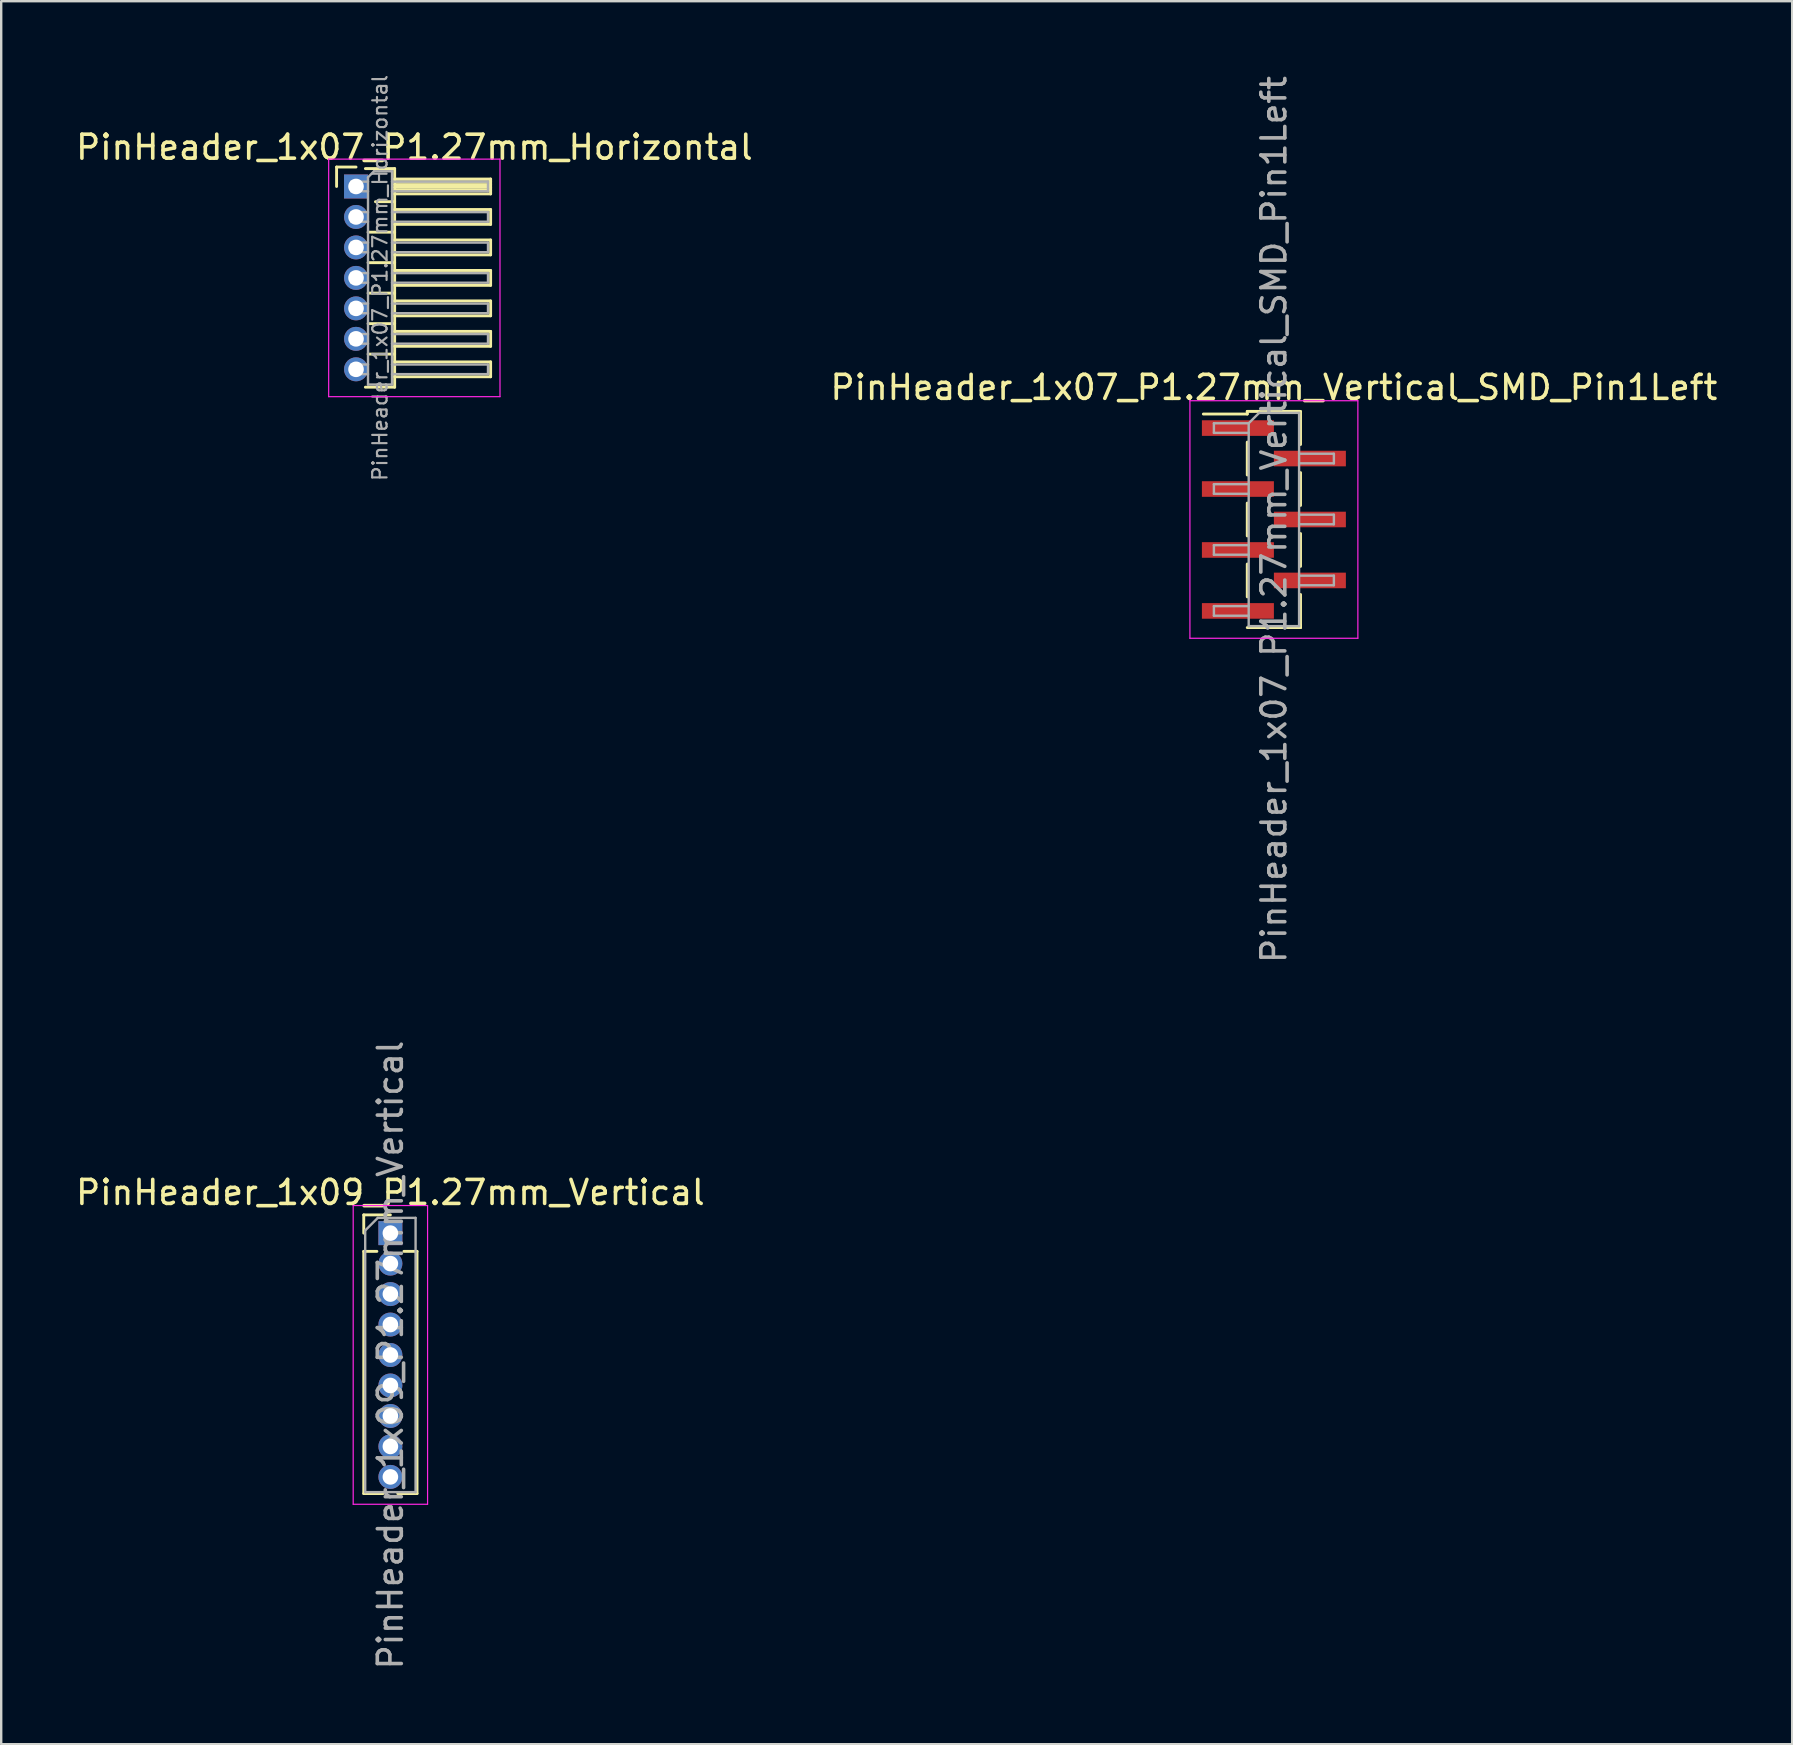
<source format=kicad_pcb>
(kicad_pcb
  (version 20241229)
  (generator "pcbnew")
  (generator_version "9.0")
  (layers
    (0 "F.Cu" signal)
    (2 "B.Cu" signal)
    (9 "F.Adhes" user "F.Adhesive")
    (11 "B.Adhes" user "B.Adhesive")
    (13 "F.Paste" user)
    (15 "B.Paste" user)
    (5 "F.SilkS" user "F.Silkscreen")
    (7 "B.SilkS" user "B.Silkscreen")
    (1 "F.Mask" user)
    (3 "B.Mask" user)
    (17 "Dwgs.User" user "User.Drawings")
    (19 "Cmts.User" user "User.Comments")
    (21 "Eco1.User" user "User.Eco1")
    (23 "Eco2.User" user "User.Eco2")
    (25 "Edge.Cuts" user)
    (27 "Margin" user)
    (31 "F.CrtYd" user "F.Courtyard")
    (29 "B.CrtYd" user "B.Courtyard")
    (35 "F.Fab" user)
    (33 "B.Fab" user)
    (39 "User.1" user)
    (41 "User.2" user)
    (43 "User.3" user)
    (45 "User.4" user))
  (footprint "PinHeader_1x09_P1.27mm_Vertical"
    (layer "F.Cu")
    (at 13.22 48.343)
    (property "Reference" "PinHeader_1x09_P1.27mm_Vertical" (at 0 -1.695 0) (layer "F.SilkS") (effects (font (size 1 1) (thickness 0.15))))
    (attr through_hole)
    (fp_line (start -1.11 -0.76) (end 0 -0.76) (stroke (width 0.12) (type solid)) (layer "F.SilkS"))
    (fp_line (start -1.11 0) (end -1.11 -0.76) (stroke (width 0.12) (type solid)) (layer "F.SilkS"))
    (fp_line (start -1.11 0.76) (end -1.11 10.855) (stroke (width 0.12) (type solid)) (layer "F.SilkS"))
    (fp_line (start -1.11 0.76) (end -0.563 0.76) (stroke (width 0.12) (type solid)) (layer "F.SilkS"))
    (fp_line (start -1.11 10.855) (end -0.308 10.855) (stroke (width 0.12) (type solid)) (layer "F.SilkS"))
    (fp_line (start 0.308 10.855) (end 1.11 10.855) (stroke (width 0.12) (type solid)) (layer "F.SilkS"))
    (fp_line (start 0.563 0.76) (end 1.11 0.76) (stroke (width 0.12) (type solid)) (layer "F.SilkS"))
    (fp_line (start 1.11 0.76) (end 1.11 10.855) (stroke (width 0.12) (type solid)) (layer "F.SilkS"))
    (fp_line (start -1.55 -1.15) (end -1.55 11.3) (stroke (width 0.05) (type solid)) (layer "F.CrtYd"))
    (fp_line (start -1.55 11.3) (end 1.55 11.3) (stroke (width 0.05) (type solid)) (layer "F.CrtYd"))
    (fp_line (start 1.55 -1.15) (end -1.55 -1.15) (stroke (width 0.05) (type solid)) (layer "F.CrtYd"))
    (fp_line (start 1.55 11.3) (end 1.55 -1.15) (stroke (width 0.05) (type solid)) (layer "F.CrtYd"))
    (fp_line (start -1.05 -0.11) (end -0.525 -0.635) (stroke (width 0.1) (type solid)) (layer "F.Fab"))
    (fp_line (start -1.05 10.795) (end -1.05 -0.11) (stroke (width 0.1) (type solid)) (layer "F.Fab"))
    (fp_line (start -0.525 -0.635) (end 1.05 -0.635) (stroke (width 0.1) (type solid)) (layer "F.Fab"))
    (fp_line (start 1.05 -0.635) (end 1.05 10.795) (stroke (width 0.1) (type solid)) (layer "F.Fab"))
    (fp_line (start 1.05 10.795) (end -1.05 10.795) (stroke (width 0.1) (type solid)) (layer "F.Fab"))
    (fp_text user "${REFERENCE}" (at 0 5.08 90) (layer "F.Fab") (effects (font (size 1 1) (thickness 0.15))))
    (pad "1" thru_hole rect (at 0 0) (size 1 1) (drill 0.65) (layers "*.Cu" "*.Mask"))
    (pad "2" thru_hole oval (at 0 1.27) (size 1 1) (drill 0.65) (layers "*.Cu" "*.Mask"))
    (pad "3" thru_hole oval (at 0 2.54) (size 1 1) (drill 0.65) (layers "*.Cu" "*.Mask"))
    (pad "4" thru_hole oval (at 0 3.81) (size 1 1) (drill 0.65) (layers "*.Cu" "*.Mask"))
    (pad "5" thru_hole oval (at 0 5.08) (size 1 1) (drill 0.65) (layers "*.Cu" "*.Mask"))
    (pad "6" thru_hole oval (at 0 6.35) (size 1 1) (drill 0.65) (layers "*.Cu" "*.Mask"))
    (pad "7" thru_hole oval (at 0 7.62) (size 1 1) (drill 0.65) (layers "*.Cu" "*.Mask"))
    (pad "8" thru_hole oval (at 0 8.89) (size 1 1) (drill 0.65) (layers "*.Cu" "*.Mask"))
    (pad "9" thru_hole oval (at 0 10.16) (size 1 1) (drill 0.65) (layers "*.Cu" "*.Mask")))
  (footprint "PinHeader_1x07_P1.27mm_Vertical_SMD_Pin1Left"
    (layer "F.Cu")
    (at 50.042 18.601)
    (property "Reference" "PinHeader_1x07_P1.27mm_Vertical_SMD_Pin1Left" (at 0 -5.505 0) (layer "F.SilkS") (effects (font (size 1 1) (thickness 0.15))))
    (attr smd)
    (fp_line (start -1.11 -4.505) (end -1.11 -4.395) (stroke (width 0.12) (type solid)) (layer "F.SilkS"))
    (fp_line (start -1.11 -4.505) (end 1.11 -4.505) (stroke (width 0.12) (type solid)) (layer "F.SilkS"))
    (fp_line (start -1.11 -4.395) (end -2.94 -4.395) (stroke (width 0.12) (type solid)) (layer "F.SilkS"))
    (fp_line (start -1.11 -3.225) (end -1.11 -1.855) (stroke (width 0.12) (type solid)) (layer "F.SilkS"))
    (fp_line (start -1.11 -0.685) (end -1.11 0.685) (stroke (width 0.12) (type solid)) (layer "F.SilkS"))
    (fp_line (start -1.11 1.855) (end -1.11 3.225) (stroke (width 0.12) (type solid)) (layer "F.SilkS"))
    (fp_line (start -1.11 4.505) (end 1.11 4.505) (stroke (width 0.12) (type solid)) (layer "F.SilkS"))
    (fp_line (start 1.11 -4.495) (end 1.11 -3.125) (stroke (width 0.12) (type solid)) (layer "F.SilkS"))
    (fp_line (start 1.11 -1.955) (end 1.11 -0.585) (stroke (width 0.12) (type solid)) (layer "F.SilkS"))
    (fp_line (start 1.11 0.585) (end 1.11 1.955) (stroke (width 0.12) (type solid)) (layer "F.SilkS"))
    (fp_line (start 1.11 3.125) (end 1.11 4.495) (stroke (width 0.12) (type solid)) (layer "F.SilkS"))
    (fp_line (start 1.11 4.395) (end 1.11 4.505) (stroke (width 0.12) (type solid)) (layer "F.SilkS"))
    (fp_line (start -3.5 -4.95) (end -3.5 4.95) (stroke (width 0.05) (type solid)) (layer "F.CrtYd"))
    (fp_line (start -3.5 4.95) (end 3.5 4.95) (stroke (width 0.05) (type solid)) (layer "F.CrtYd"))
    (fp_line (start 3.5 -4.95) (end -3.5 -4.95) (stroke (width 0.05) (type solid)) (layer "F.CrtYd"))
    (fp_line (start 3.5 4.95) (end 3.5 -4.95) (stroke (width 0.05) (type solid)) (layer "F.CrtYd"))
    (fp_line (start -2.5 -4.01) (end -2.5 -3.61) (stroke (width 0.1) (type solid)) (layer "F.Fab"))
    (fp_line (start -2.5 -3.61) (end -1.05 -3.61) (stroke (width 0.1) (type solid)) (layer "F.Fab"))
    (fp_line (start -2.5 -1.47) (end -2.5 -1.07) (stroke (width 0.1) (type solid)) (layer "F.Fab"))
    (fp_line (start -2.5 -1.07) (end -1.05 -1.07) (stroke (width 0.1) (type solid)) (layer "F.Fab"))
    (fp_line (start -2.5 1.07) (end -2.5 1.47) (stroke (width 0.1) (type solid)) (layer "F.Fab"))
    (fp_line (start -2.5 1.47) (end -1.05 1.47) (stroke (width 0.1) (type solid)) (layer "F.Fab"))
    (fp_line (start -2.5 3.61) (end -2.5 4.01) (stroke (width 0.1) (type solid)) (layer "F.Fab"))
    (fp_line (start -2.5 4.01) (end -1.05 4.01) (stroke (width 0.1) (type solid)) (layer "F.Fab"))
    (fp_line (start -1.05 -4.01) (end -2.5 -4.01) (stroke (width 0.1) (type solid)) (layer "F.Fab"))
    (fp_line (start -1.05 -4.01) (end -0.615 -4.445) (stroke (width 0.1) (type solid)) (layer "F.Fab"))
    (fp_line (start -1.05 -1.47) (end -2.5 -1.47) (stroke (width 0.1) (type solid)) (layer "F.Fab"))
    (fp_line (start -1.05 1.07) (end -2.5 1.07) (stroke (width 0.1) (type solid)) (layer "F.Fab"))
    (fp_line (start -1.05 3.61) (end -2.5 3.61) (stroke (width 0.1) (type solid)) (layer "F.Fab"))
    (fp_line (start -1.05 4.445) (end -1.05 -4.01) (stroke (width 0.1) (type solid)) (layer "F.Fab"))
    (fp_line (start -0.615 -4.445) (end 1.05 -4.445) (stroke (width 0.1) (type solid)) (layer "F.Fab"))
    (fp_line (start 1.05 -4.445) (end 1.05 4.445) (stroke (width 0.1) (type solid)) (layer "F.Fab"))
    (fp_line (start 1.05 -2.74) (end 2.5 -2.74) (stroke (width 0.1) (type solid)) (layer "F.Fab"))
    (fp_line (start 1.05 -0.2) (end 2.5 -0.2) (stroke (width 0.1) (type solid)) (layer "F.Fab"))
    (fp_line (start 1.05 2.34) (end 2.5 2.34) (stroke (width 0.1) (type solid)) (layer "F.Fab"))
    (fp_line (start 1.05 4.445) (end -1.05 4.445) (stroke (width 0.1) (type solid)) (layer "F.Fab"))
    (fp_line (start 2.5 -2.74) (end 2.5 -2.34) (stroke (width 0.1) (type solid)) (layer "F.Fab"))
    (fp_line (start 2.5 -2.34) (end 1.05 -2.34) (stroke (width 0.1) (type solid)) (layer "F.Fab"))
    (fp_line (start 2.5 -0.2) (end 2.5 0.2) (stroke (width 0.1) (type solid)) (layer "F.Fab"))
    (fp_line (start 2.5 0.2) (end 1.05 0.2) (stroke (width 0.1) (type solid)) (layer "F.Fab"))
    (fp_line (start 2.5 2.34) (end 2.5 2.74) (stroke (width 0.1) (type solid)) (layer "F.Fab"))
    (fp_line (start 2.5 2.74) (end 1.05 2.74) (stroke (width 0.1) (type solid)) (layer "F.Fab"))
    (fp_text user "${REFERENCE}" (at 0 0 90) (layer "F.Fab") (effects (font (size 1 1) (thickness 0.15))))
    (pad "1" smd rect (at -1.5 -3.81) (size 3 0.65) (layers "F.Cu" "F.Mask" "F.Paste"))
    (pad "2" smd rect (at 1.5 -2.54) (size 3 0.65) (layers "F.Cu" "F.Mask" "F.Paste"))
    (pad "3" smd rect (at -1.5 -1.27) (size 3 0.65) (layers "F.Cu" "F.Mask" "F.Paste"))
    (pad "4" smd rect (at 1.5 0) (size 3 0.65) (layers "F.Cu" "F.Mask" "F.Paste"))
    (pad "5" smd rect (at -1.5 1.27) (size 3 0.65) (layers "F.Cu" "F.Mask" "F.Paste"))
    (pad "6" smd rect (at 1.5 2.54) (size 3 0.65) (layers "F.Cu" "F.Mask" "F.Paste"))
    (pad "7" smd rect (at -1.5 3.81) (size 3 0.65) (layers "F.Cu" "F.Mask" "F.Paste")))
  (footprint "PinHeader_1x07_P1.27mm_Horizontal"
    (layer "F.Cu")
    (at 11.788 4.722)
    (property "Reference" "PinHeader_1x07_P1.27mm_Horizontal" (at 2.433 -1.635 0) (layer "F.SilkS") (effects (font (size 1 1) (thickness 0.15))))
    (attr through_hole)
    (fp_line (start -0.81 -0.81) (end 0 -0.81) (stroke (width 0.12) (type solid)) (layer "F.SilkS"))
    (fp_line (start -0.81 0) (end -0.81 -0.81) (stroke (width 0.12) (type solid)) (layer "F.SilkS"))
    (fp_line (start 0.39 -0.745) (end 1.61 -0.745) (stroke (width 0.12) (type solid)) (layer "F.SilkS"))
    (fp_line (start 0.503 1.905) (end 1.61 1.905) (stroke (width 0.12) (type solid)) (layer "F.SilkS"))
    (fp_line (start 0.503 3.175) (end 1.61 3.175) (stroke (width 0.12) (type solid)) (layer "F.SilkS"))
    (fp_line (start 0.503 4.445) (end 1.61 4.445) (stroke (width 0.12) (type solid)) (layer "F.SilkS"))
    (fp_line (start 0.503 5.715) (end 1.61 5.715) (stroke (width 0.12) (type solid)) (layer "F.SilkS"))
    (fp_line (start 0.503 6.985) (end 1.61 6.985) (stroke (width 0.12) (type solid)) (layer "F.SilkS"))
    (fp_line (start 0.81 0.635) (end 1.61 0.635) (stroke (width 0.12) (type solid)) (layer "F.SilkS"))
    (fp_line (start 1.61 -0.745) (end 1.61 8.365) (stroke (width 0.12) (type solid)) (layer "F.SilkS"))
    (fp_line (start 1.61 -0.31) (end 5.61 -0.31) (stroke (width 0.12) (type solid)) (layer "F.SilkS"))
    (fp_line (start 1.61 -0.2) (end 5.61 -0.2) (stroke (width 0.12) (type solid)) (layer "F.SilkS"))
    (fp_line (start 1.61 -0.08) (end 5.61 -0.08) (stroke (width 0.12) (type solid)) (layer "F.SilkS"))
    (fp_line (start 1.61 0.04) (end 5.61 0.04) (stroke (width 0.12) (type solid)) (layer "F.SilkS"))
    (fp_line (start 1.61 0.16) (end 5.61 0.16) (stroke (width 0.12) (type solid)) (layer "F.SilkS"))
    (fp_line (start 1.61 0.96) (end 5.61 0.96) (stroke (width 0.12) (type solid)) (layer "F.SilkS"))
    (fp_line (start 1.61 2.23) (end 5.61 2.23) (stroke (width 0.12) (type solid)) (layer "F.SilkS"))
    (fp_line (start 1.61 3.5) (end 5.61 3.5) (stroke (width 0.12) (type solid)) (layer "F.SilkS"))
    (fp_line (start 1.61 4.77) (end 5.61 4.77) (stroke (width 0.12) (type solid)) (layer "F.SilkS"))
    (fp_line (start 1.61 6.04) (end 5.61 6.04) (stroke (width 0.12) (type solid)) (layer "F.SilkS"))
    (fp_line (start 1.61 7.31) (end 5.61 7.31) (stroke (width 0.12) (type solid)) (layer "F.SilkS"))
    (fp_line (start 1.61 8.365) (end 0.39 8.365) (stroke (width 0.12) (type solid)) (layer "F.SilkS"))
    (fp_line (start 5.61 -0.31) (end 5.61 0.31) (stroke (width 0.12) (type solid)) (layer "F.SilkS"))
    (fp_line (start 5.61 0.31) (end 1.61 0.31) (stroke (width 0.12) (type solid)) (layer "F.SilkS"))
    (fp_line (start 5.61 0.96) (end 5.61 1.58) (stroke (width 0.12) (type solid)) (layer "F.SilkS"))
    (fp_line (start 5.61 1.58) (end 1.61 1.58) (stroke (width 0.12) (type solid)) (layer "F.SilkS"))
    (fp_line (start 5.61 2.23) (end 5.61 2.85) (stroke (width 0.12) (type solid)) (layer "F.SilkS"))
    (fp_line (start 5.61 2.85) (end 1.61 2.85) (stroke (width 0.12) (type solid)) (layer "F.SilkS"))
    (fp_line (start 5.61 3.5) (end 5.61 4.12) (stroke (width 0.12) (type solid)) (layer "F.SilkS"))
    (fp_line (start 5.61 4.12) (end 1.61 4.12) (stroke (width 0.12) (type solid)) (layer "F.SilkS"))
    (fp_line (start 5.61 4.77) (end 5.61 5.39) (stroke (width 0.12) (type solid)) (layer "F.SilkS"))
    (fp_line (start 5.61 5.39) (end 1.61 5.39) (stroke (width 0.12) (type solid)) (layer "F.SilkS"))
    (fp_line (start 5.61 6.04) (end 5.61 6.66) (stroke (width 0.12) (type solid)) (layer "F.SilkS"))
    (fp_line (start 5.61 6.66) (end 1.61 6.66) (stroke (width 0.12) (type solid)) (layer "F.SilkS"))
    (fp_line (start 5.61 7.31) (end 5.61 7.93) (stroke (width 0.12) (type solid)) (layer "F.SilkS"))
    (fp_line (start 5.61 7.93) (end 1.61 7.93) (stroke (width 0.12) (type solid)) (layer "F.SilkS"))
    (fp_line (start -1.14 -1.14) (end -1.14 8.76) (stroke (width 0.05) (type solid)) (layer "F.CrtYd"))
    (fp_line (start -1.14 8.76) (end 6 8.76) (stroke (width 0.05) (type solid)) (layer "F.CrtYd"))
    (fp_line (start 6 -1.14) (end -1.14 -1.14) (stroke (width 0.05) (type solid)) (layer "F.CrtYd"))
    (fp_line (start 6 8.76) (end 6 -1.14) (stroke (width 0.05) (type solid)) (layer "F.CrtYd"))
    (fp_line (start -0.2 -0.2) (end -0.2 0.2) (stroke (width 0.1) (type solid)) (layer "F.Fab"))
    (fp_line (start -0.2 -0.2) (end 0.5 -0.2) (stroke (width 0.1) (type solid)) (layer "F.Fab"))
    (fp_line (start -0.2 0.2) (end 0.5 0.2) (stroke (width 0.1) (type solid)) (layer "F.Fab"))
    (fp_line (start -0.2 1.07) (end -0.2 1.47) (stroke (width 0.1) (type solid)) (layer "F.Fab"))
    (fp_line (start -0.2 1.07) (end 0.5 1.07) (stroke (width 0.1) (type solid)) (layer "F.Fab"))
    (fp_line (start -0.2 1.47) (end 0.5 1.47) (stroke (width 0.1) (type solid)) (layer "F.Fab"))
    (fp_line (start -0.2 2.34) (end -0.2 2.74) (stroke (width 0.1) (type solid)) (layer "F.Fab"))
    (fp_line (start -0.2 2.34) (end 0.5 2.34) (stroke (width 0.1) (type solid)) (layer "F.Fab"))
    (fp_line (start -0.2 2.74) (end 0.5 2.74) (stroke (width 0.1) (type solid)) (layer "F.Fab"))
    (fp_line (start -0.2 3.61) (end -0.2 4.01) (stroke (width 0.1) (type solid)) (layer "F.Fab"))
    (fp_line (start -0.2 3.61) (end 0.5 3.61) (stroke (width 0.1) (type solid)) (layer "F.Fab"))
    (fp_line (start -0.2 4.01) (end 0.5 4.01) (stroke (width 0.1) (type solid)) (layer "F.Fab"))
    (fp_line (start -0.2 4.88) (end -0.2 5.28) (stroke (width 0.1) (type solid)) (layer "F.Fab"))
    (fp_line (start -0.2 4.88) (end 0.5 4.88) (stroke (width 0.1) (type solid)) (layer "F.Fab"))
    (fp_line (start -0.2 5.28) (end 0.5 5.28) (stroke (width 0.1) (type solid)) (layer "F.Fab"))
    (fp_line (start -0.2 6.15) (end -0.2 6.55) (stroke (width 0.1) (type solid)) (layer "F.Fab"))
    (fp_line (start -0.2 6.15) (end 0.5 6.15) (stroke (width 0.1) (type solid)) (layer "F.Fab"))
    (fp_line (start -0.2 6.55) (end 0.5 6.55) (stroke (width 0.1) (type solid)) (layer "F.Fab"))
    (fp_line (start -0.2 7.42) (end -0.2 7.82) (stroke (width 0.1) (type solid)) (layer "F.Fab"))
    (fp_line (start -0.2 7.42) (end 0.5 7.42) (stroke (width 0.1) (type solid)) (layer "F.Fab"))
    (fp_line (start -0.2 7.82) (end 0.5 7.82) (stroke (width 0.1) (type solid)) (layer "F.Fab"))
    (fp_line (start 0.5 -0.385) (end 0.75 -0.635) (stroke (width 0.1) (type solid)) (layer "F.Fab"))
    (fp_line (start 0.5 8.255) (end 0.5 -0.385) (stroke (width 0.1) (type solid)) (layer "F.Fab"))
    (fp_line (start 0.75 -0.635) (end 1.5 -0.635) (stroke (width 0.1) (type solid)) (layer "F.Fab"))
    (fp_line (start 1.5 -0.635) (end 1.5 8.255) (stroke (width 0.1) (type solid)) (layer "F.Fab"))
    (fp_line (start 1.5 -0.2) (end 5.5 -0.2) (stroke (width 0.1) (type solid)) (layer "F.Fab"))
    (fp_line (start 1.5 0.2) (end 5.5 0.2) (stroke (width 0.1) (type solid)) (layer "F.Fab"))
    (fp_line (start 1.5 1.07) (end 5.5 1.07) (stroke (width 0.1) (type solid)) (layer "F.Fab"))
    (fp_line (start 1.5 1.47) (end 5.5 1.47) (stroke (width 0.1) (type solid)) (layer "F.Fab"))
    (fp_line (start 1.5 2.34) (end 5.5 2.34) (stroke (width 0.1) (type solid)) (layer "F.Fab"))
    (fp_line (start 1.5 2.74) (end 5.5 2.74) (stroke (width 0.1) (type solid)) (layer "F.Fab"))
    (fp_line (start 1.5 3.61) (end 5.5 3.61) (stroke (width 0.1) (type solid)) (layer "F.Fab"))
    (fp_line (start 1.5 4.01) (end 5.5 4.01) (stroke (width 0.1) (type solid)) (layer "F.Fab"))
    (fp_line (start 1.5 4.88) (end 5.5 4.88) (stroke (width 0.1) (type solid)) (layer "F.Fab"))
    (fp_line (start 1.5 5.28) (end 5.5 5.28) (stroke (width 0.1) (type solid)) (layer "F.Fab"))
    (fp_line (start 1.5 6.15) (end 5.5 6.15) (stroke (width 0.1) (type solid)) (layer "F.Fab"))
    (fp_line (start 1.5 6.55) (end 5.5 6.55) (stroke (width 0.1) (type solid)) (layer "F.Fab"))
    (fp_line (start 1.5 7.42) (end 5.5 7.42) (stroke (width 0.1) (type solid)) (layer "F.Fab"))
    (fp_line (start 1.5 7.82) (end 5.5 7.82) (stroke (width 0.1) (type solid)) (layer "F.Fab"))
    (fp_line (start 1.5 8.255) (end 0.5 8.255) (stroke (width 0.1) (type solid)) (layer "F.Fab"))
    (fp_line (start 5.5 -0.2) (end 5.5 0.2) (stroke (width 0.1) (type solid)) (layer "F.Fab"))
    (fp_line (start 5.5 1.07) (end 5.5 1.47) (stroke (width 0.1) (type solid)) (layer "F.Fab"))
    (fp_line (start 5.5 2.34) (end 5.5 2.74) (stroke (width 0.1) (type solid)) (layer "F.Fab"))
    (fp_line (start 5.5 3.61) (end 5.5 4.01) (stroke (width 0.1) (type solid)) (layer "F.Fab"))
    (fp_line (start 5.5 4.88) (end 5.5 5.28) (stroke (width 0.1) (type solid)) (layer "F.Fab"))
    (fp_line (start 5.5 6.15) (end 5.5 6.55) (stroke (width 0.1) (type solid)) (layer "F.Fab"))
    (fp_line (start 5.5 7.42) (end 5.5 7.82) (stroke (width 0.1) (type solid)) (layer "F.Fab"))
    (fp_text user "${REFERENCE}" (at 1 3.81 90) (layer "F.Fab") (effects (font (size 0.6 0.6) (thickness 0.09))))
    (pad "1" thru_hole rect (at 0 0) (size 1 1) (drill 0.65) (layers "*.Cu" "*.Mask"))
    (pad "2" thru_hole circle (at 0 1.27) (size 1 1) (drill 0.65) (layers "*.Cu" "*.Mask"))
    (pad "3" thru_hole circle (at 0 2.54) (size 1 1) (drill 0.65) (layers "*.Cu" "*.Mask"))
    (pad "4" thru_hole circle (at 0 3.81) (size 1 1) (drill 0.65) (layers "*.Cu" "*.Mask"))
    (pad "5" thru_hole circle (at 0 5.08) (size 1 1) (drill 0.65) (layers "*.Cu" "*.Mask"))
    (pad "6" thru_hole circle (at 0 6.35) (size 1 1) (drill 0.65) (layers "*.Cu" "*.Mask"))
    (pad "7" thru_hole circle (at 0 7.62) (size 1 1) (drill 0.65) (layers "*.Cu" "*.Mask")))
  (gr_rect
    (start -3 -3)
    (end 71.643 69.643)
    (stroke (width 0.1) (type default))
    (fill no)
    (layer "Edge.Cuts")))
</source>
